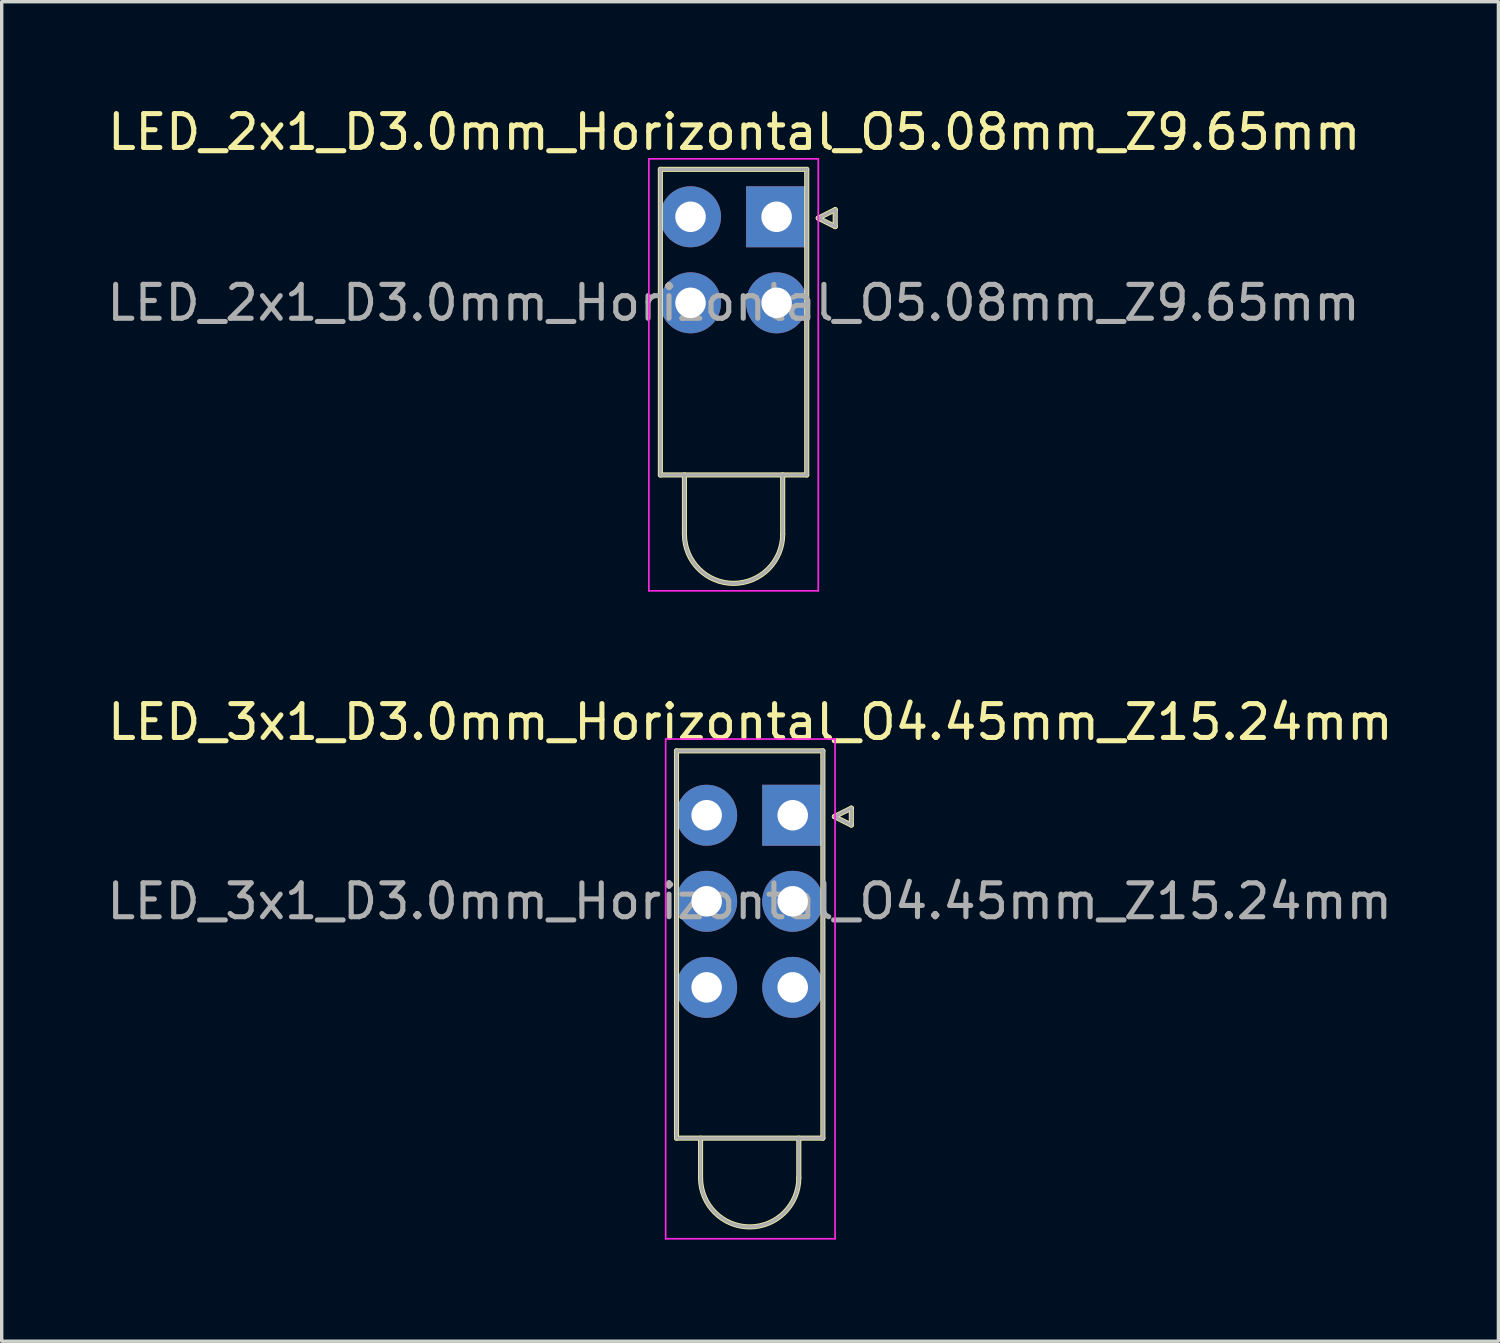
<source format=kicad_pcb>
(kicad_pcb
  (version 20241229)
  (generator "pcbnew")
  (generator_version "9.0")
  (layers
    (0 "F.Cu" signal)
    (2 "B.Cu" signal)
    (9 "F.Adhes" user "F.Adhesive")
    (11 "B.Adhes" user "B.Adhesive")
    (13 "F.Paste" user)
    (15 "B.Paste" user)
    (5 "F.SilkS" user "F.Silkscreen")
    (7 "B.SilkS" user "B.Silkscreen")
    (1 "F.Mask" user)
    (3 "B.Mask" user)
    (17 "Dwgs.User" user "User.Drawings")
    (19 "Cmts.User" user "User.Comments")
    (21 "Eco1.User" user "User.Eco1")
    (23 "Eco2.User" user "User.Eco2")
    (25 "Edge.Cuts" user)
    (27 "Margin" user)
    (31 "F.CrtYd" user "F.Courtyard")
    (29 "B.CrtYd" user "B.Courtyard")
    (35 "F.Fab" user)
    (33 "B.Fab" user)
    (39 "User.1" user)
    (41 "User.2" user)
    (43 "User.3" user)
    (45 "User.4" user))
  (footprint "LED_2x1_D3.0mm_Horizontal_O5.08mm_Z9.65mm"
    (layer "F.Cu")
    (at 19.871 3.348)
    (property "Reference" "LED_2x1_D3.0mm_Horizontal_O5.08mm_Z9.65mm" (at -1.25 -2.5 0) (layer "F.SilkS") (effects (font (size 1 1) (thickness 0.15))))
    (attr through_hole)
    (fp_line (start -3.43 -1.4) (end 0.89 -1.4) (stroke (width 0.15) (type solid)) (layer "F.SilkS"))
    (fp_line (start -3.43 7.62) (end -3.43 -1.4) (stroke (width 0.15) (type solid)) (layer "F.SilkS"))
    (fp_line (start -3.43 7.62) (end 0.89 7.62) (stroke (width 0.15) (type solid)) (layer "F.SilkS"))
    (fp_line (start -2.72 7.62) (end -2.72 9.37) (stroke (width 0.15) (type solid)) (layer "F.SilkS"))
    (fp_line (start 0.18 7.62) (end 0.18 9.37) (stroke (width 0.15) (type solid)) (layer "F.SilkS"))
    (fp_line (start 0.89 7.62) (end 0.89 -1.4) (stroke (width 0.15) (type solid)) (layer "F.SilkS"))
    (fp_line (start 1.23 0.04) (end 1.73 -0.21) (stroke (width 0.15) (type solid)) (layer "F.SilkS"))
    (fp_line (start 1.73 -0.21) (end 1.73 0.29) (stroke (width 0.15) (type solid)) (layer "F.SilkS"))
    (fp_line (start 1.73 0.29) (end 1.23 0.04) (stroke (width 0.15) (type solid)) (layer "F.SilkS"))
    (fp_arc (start 0.18 9.37) (mid -1.27 10.82) (end -2.72 9.37) (stroke (width 0.15) (type solid)) (layer "F.SilkS"))
    (fp_line (start -3.77 -1.71) (end -3.77 11.04) (stroke (width 0.05) (type solid)) (layer "F.CrtYd"))
    (fp_line (start -3.77 11.04) (end 1.23 11.04) (stroke (width 0.05) (type solid)) (layer "F.CrtYd"))
    (fp_line (start 1.23 -1.71) (end -3.77 -1.71) (stroke (width 0.05) (type solid)) (layer "F.CrtYd"))
    (fp_line (start 1.23 11.04) (end 1.23 -1.71) (stroke (width 0.05) (type solid)) (layer "F.CrtYd"))
    (fp_line (start -3.43 -1.4) (end 0.89 -1.4) (stroke (width 0.1) (type solid)) (layer "F.Fab"))
    (fp_line (start -3.43 7.62) (end -3.43 -1.4) (stroke (width 0.1) (type solid)) (layer "F.Fab"))
    (fp_line (start -3.43 7.62) (end 0.89 7.62) (stroke (width 0.1) (type solid)) (layer "F.Fab"))
    (fp_line (start -2.72 7.62) (end -2.72 9.37) (stroke (width 0.1) (type solid)) (layer "F.Fab"))
    (fp_line (start -2.54 2.54) (end -2.54 2.54) (stroke (width 0.1) (type solid)) (layer "F.Fab"))
    (fp_line (start 0 2.54) (end 0 2.54) (stroke (width 0.1) (type solid)) (layer "F.Fab"))
    (fp_line (start 0.18 7.62) (end 0.18 9.37) (stroke (width 0.1) (type solid)) (layer "F.Fab"))
    (fp_line (start 0.89 7.62) (end 0.89 -1.4) (stroke (width 0.1) (type solid)) (layer "F.Fab"))
    (fp_line (start 1.23 0.04) (end 1.73 -0.21) (stroke (width 0.1) (type solid)) (layer "F.Fab"))
    (fp_line (start 1.73 -0.21) (end 1.73 0.29) (stroke (width 0.1) (type solid)) (layer "F.Fab"))
    (fp_line (start 1.73 0.29) (end 1.23 0.04) (stroke (width 0.1) (type solid)) (layer "F.Fab"))
    (fp_arc (start 0.18 9.37) (mid -1.27 10.82) (end -2.72 9.37) (stroke (width 0.1) (type solid)) (layer "F.Fab"))
    (fp_text user "${REFERENCE}" (at -1.27 2.54 0) (layer "F.Fab") (effects (font (size 1 1) (thickness 0.15))))
    (pad "1" thru_hole rect (at 0 0) (size 1.8 1.8) (drill 0.9) (layers "*.Cu" "*.Mask"))
    (pad "2" thru_hole circle (at -2.54 0) (size 1.8 1.8) (drill 0.9) (layers "*.Cu" "*.Mask"))
    (pad "3" thru_hole circle (at 0 2.54) (size 1.8 1.8) (drill 0.9) (layers "*.Cu" "*.Mask"))
    (pad "4" thru_hole circle (at -2.54 2.54) (size 1.8 1.8) (drill 0.9) (layers "*.Cu" "*.Mask")))
  (footprint "LED_3x1_D3.0mm_Horizontal_O4.45mm_Z15.24mm"
    (layer "F.Cu")
    (at 20.347 21.012)
    (property "Reference" "LED_3x1_D3.0mm_Horizontal_O4.45mm_Z15.24mm" (at -1.25 -2.75 0) (layer "F.SilkS") (effects (font (size 1 1) (thickness 0.15))))
    (attr through_hole)
    (fp_line (start -3.43 -1.9) (end 0.89 -1.9) (stroke (width 0.15) (type solid)) (layer "F.SilkS"))
    (fp_line (start -3.43 9.53) (end -3.43 -1.9) (stroke (width 0.15) (type solid)) (layer "F.SilkS"))
    (fp_line (start -3.43 9.53) (end 0.89 9.53) (stroke (width 0.15) (type solid)) (layer "F.SilkS"))
    (fp_line (start -2.72 9.53) (end -2.72 10.7) (stroke (width 0.15) (type solid)) (layer "F.SilkS"))
    (fp_line (start 0.18 9.53) (end 0.18 10.7) (stroke (width 0.15) (type solid)) (layer "F.SilkS"))
    (fp_line (start 0.89 9.53) (end 0.89 -1.9) (stroke (width 0.15) (type solid)) (layer "F.SilkS"))
    (fp_line (start 1.23 0.04) (end 1.73 -0.21) (stroke (width 0.15) (type solid)) (layer "F.SilkS"))
    (fp_line (start 1.73 -0.21) (end 1.73 0.29) (stroke (width 0.15) (type solid)) (layer "F.SilkS"))
    (fp_line (start 1.73 0.29) (end 1.23 0.04) (stroke (width 0.15) (type solid)) (layer "F.SilkS"))
    (fp_arc (start 0.18 10.7) (mid -1.27 12.15) (end -2.72 10.7) (stroke (width 0.15) (type solid)) (layer "F.SilkS"))
    (fp_line (start -3.75 -2.25) (end -3.75 12.5) (stroke (width 0.05) (type solid)) (layer "F.CrtYd"))
    (fp_line (start -3.75 12.5) (end 1.25 12.5) (stroke (width 0.05) (type solid)) (layer "F.CrtYd"))
    (fp_line (start 1.25 -2.25) (end -3.75 -2.25) (stroke (width 0.05) (type solid)) (layer "F.CrtYd"))
    (fp_line (start 1.25 12.5) (end 1.25 -2.25) (stroke (width 0.05) (type solid)) (layer "F.CrtYd"))
    (fp_line (start -3.43 -1.9) (end 0.89 -1.9) (stroke (width 0.1) (type solid)) (layer "F.Fab"))
    (fp_line (start -3.43 9.53) (end -3.43 -1.9) (stroke (width 0.1) (type solid)) (layer "F.Fab"))
    (fp_line (start -3.43 9.53) (end 0.89 9.53) (stroke (width 0.1) (type solid)) (layer "F.Fab"))
    (fp_line (start -2.72 9.53) (end -2.72 10.7) (stroke (width 0.1) (type solid)) (layer "F.Fab"))
    (fp_line (start -2.54 2.54) (end -2.54 2.54) (stroke (width 0.1) (type solid)) (layer "F.Fab"))
    (fp_line (start 0 2.54) (end 0 2.54) (stroke (width 0.1) (type solid)) (layer "F.Fab"))
    (fp_line (start 0.18 9.53) (end 0.18 10.7) (stroke (width 0.1) (type solid)) (layer "F.Fab"))
    (fp_line (start 0.89 9.53) (end 0.89 -1.9) (stroke (width 0.1) (type solid)) (layer "F.Fab"))
    (fp_line (start 1.23 0.04) (end 1.73 -0.21) (stroke (width 0.1) (type solid)) (layer "F.Fab"))
    (fp_line (start 1.73 -0.21) (end 1.73 0.29) (stroke (width 0.1) (type solid)) (layer "F.Fab"))
    (fp_line (start 1.73 0.29) (end 1.23 0.04) (stroke (width 0.1) (type solid)) (layer "F.Fab"))
    (fp_arc (start 0.18 10.7) (mid -1.27 12.15) (end -2.72 10.7) (stroke (width 0.1) (type solid)) (layer "F.Fab"))
    (fp_text user "${REFERENCE}" (at -1.27 2.54 0) (layer "F.Fab") (effects (font (size 1 1) (thickness 0.15))))
    (pad "1" thru_hole rect (at 0 0) (size 1.8 1.8) (drill 0.9) (layers "*.Cu" "*.Mask"))
    (pad "2" thru_hole circle (at -2.54 0) (size 1.8 1.8) (drill 0.9) (layers "*.Cu" "*.Mask"))
    (pad "3" thru_hole circle (at 0 2.54) (size 1.8 1.8) (drill 0.9) (layers "*.Cu" "*.Mask"))
    (pad "4" thru_hole circle (at -2.54 2.54) (size 1.8 1.8) (drill 0.9) (layers "*.Cu" "*.Mask"))
    (pad "5" thru_hole circle (at 0 5.08) (size 1.8 1.8) (drill 0.9) (layers "*.Cu" "*.Mask"))
    (pad "6" thru_hole circle (at -2.54 5.08) (size 1.8 1.8) (drill 0.9) (layers "*.Cu" "*.Mask")))
  (gr_rect
    (start -3 -3)
    (end 41.175 36.536)
    (stroke (width 0.1) (type default))
    (fill no)
    (layer "Edge.Cuts")))
</source>
